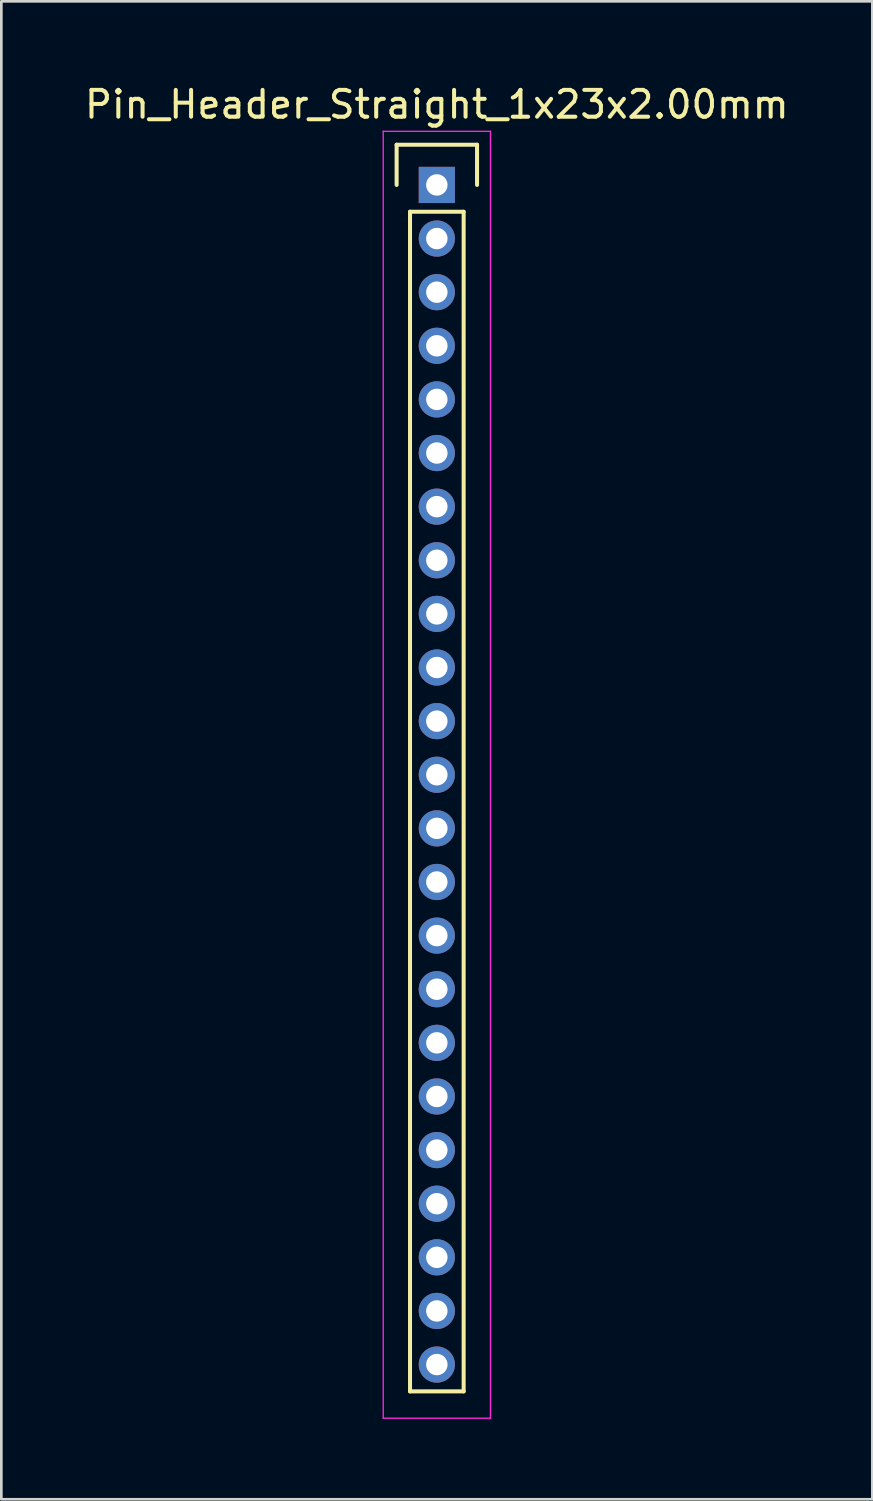
<source format=kicad_pcb>
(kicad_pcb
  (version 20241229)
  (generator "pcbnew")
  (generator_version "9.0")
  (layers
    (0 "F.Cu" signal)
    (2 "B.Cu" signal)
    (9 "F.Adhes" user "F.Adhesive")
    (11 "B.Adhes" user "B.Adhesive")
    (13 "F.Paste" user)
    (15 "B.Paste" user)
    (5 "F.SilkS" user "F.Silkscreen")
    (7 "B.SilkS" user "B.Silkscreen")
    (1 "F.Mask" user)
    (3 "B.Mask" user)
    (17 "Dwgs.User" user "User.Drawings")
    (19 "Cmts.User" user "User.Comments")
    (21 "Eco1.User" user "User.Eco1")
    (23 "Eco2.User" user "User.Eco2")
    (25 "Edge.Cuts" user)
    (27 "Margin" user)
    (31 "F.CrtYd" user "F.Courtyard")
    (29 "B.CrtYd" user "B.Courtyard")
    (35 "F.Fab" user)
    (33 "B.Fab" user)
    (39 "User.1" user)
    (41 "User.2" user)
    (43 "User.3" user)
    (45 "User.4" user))
  (footprint "Pin_Header_Straight_1x23x2.00mm"
    (layer "F.Cu")
    (at 13.244 3.848)
    (property "Reference" "Pin_Header_Straight_1x23x2.00mm" (at 0 -3 0) (layer "F.SilkS") (effects (font (size 1 1) (thickness 0.15))))
    (attr through_hole)
    (fp_line (start -1.5 -1.5) (end 1.5 -1.5) (stroke (width 0.15) (type solid)) (layer "F.SilkS"))
    (fp_line (start -1.5 0) (end -1.5 -1.5) (stroke (width 0.15) (type solid)) (layer "F.SilkS"))
    (fp_line (start -1 1) (end 1 1) (stroke (width 0.15) (type solid)) (layer "F.SilkS"))
    (fp_line (start -1 45) (end -1 1) (stroke (width 0.15) (type solid)) (layer "F.SilkS"))
    (fp_line (start 1 1) (end 1 45) (stroke (width 0.15) (type solid)) (layer "F.SilkS"))
    (fp_line (start 1 45) (end -1 45) (stroke (width 0.15) (type solid)) (layer "F.SilkS"))
    (fp_line (start 1.5 -1.5) (end 1.5 0) (stroke (width 0.15) (type solid)) (layer "F.SilkS"))
    (fp_line (start -2 -2) (end 2 -2) (stroke (width 0.05) (type solid)) (layer "F.CrtYd"))
    (fp_line (start -2 46) (end -2 -2) (stroke (width 0.05) (type solid)) (layer "F.CrtYd"))
    (fp_line (start 2 -2) (end 2 46) (stroke (width 0.05) (type solid)) (layer "F.CrtYd"))
    (fp_line (start 2 46) (end -2 46) (stroke (width 0.05) (type solid)) (layer "F.CrtYd"))
    (pad "1" thru_hole rect (at 0 0) (size 1.35 1.35) (drill 0.8) (layers "*.Cu" "*.Mask"))
    (pad "2" thru_hole circle (at 0 2) (size 1.35 1.35) (drill 0.8) (layers "*.Cu" "*.Mask"))
    (pad "3" thru_hole circle (at 0 4) (size 1.35 1.35) (drill 0.8) (layers "*.Cu" "*.Mask"))
    (pad "4" thru_hole circle (at 0 6) (size 1.35 1.35) (drill 0.8) (layers "*.Cu" "*.Mask"))
    (pad "5" thru_hole circle (at 0 8) (size 1.35 1.35) (drill 0.8) (layers "*.Cu" "*.Mask"))
    (pad "6" thru_hole circle (at 0 10) (size 1.35 1.35) (drill 0.8) (layers "*.Cu" "*.Mask"))
    (pad "7" thru_hole circle (at 0 12) (size 1.35 1.35) (drill 0.8) (layers "*.Cu" "*.Mask"))
    (pad "8" thru_hole circle (at 0 14) (size 1.35 1.35) (drill 0.8) (layers "*.Cu" "*.Mask"))
    (pad "9" thru_hole circle (at 0 16) (size 1.35 1.35) (drill 0.8) (layers "*.Cu" "*.Mask"))
    (pad "10" thru_hole circle (at 0 18) (size 1.35 1.35) (drill 0.8) (layers "*.Cu" "*.Mask"))
    (pad "11" thru_hole circle (at 0 20) (size 1.35 1.35) (drill 0.8) (layers "*.Cu" "*.Mask"))
    (pad "12" thru_hole circle (at 0 22) (size 1.35 1.35) (drill 0.8) (layers "*.Cu" "*.Mask"))
    (pad "13" thru_hole circle (at 0 24) (size 1.35 1.35) (drill 0.8) (layers "*.Cu" "*.Mask"))
    (pad "14" thru_hole circle (at 0 26) (size 1.35 1.35) (drill 0.8) (layers "*.Cu" "*.Mask"))
    (pad "15" thru_hole circle (at 0 28) (size 1.35 1.35) (drill 0.8) (layers "*.Cu" "*.Mask"))
    (pad "16" thru_hole circle (at 0 30) (size 1.35 1.35) (drill 0.8) (layers "*.Cu" "*.Mask"))
    (pad "17" thru_hole circle (at 0 32) (size 1.35 1.35) (drill 0.8) (layers "*.Cu" "*.Mask"))
    (pad "18" thru_hole circle (at 0 34) (size 1.35 1.35) (drill 0.8) (layers "*.Cu" "*.Mask"))
    (pad "19" thru_hole circle (at 0 36) (size 1.35 1.35) (drill 0.8) (layers "*.Cu" "*.Mask"))
    (pad "20" thru_hole circle (at 0 38) (size 1.35 1.35) (drill 0.8) (layers "*.Cu" "*.Mask"))
    (pad "21" thru_hole circle (at 0 40) (size 1.35 1.35) (drill 0.8) (layers "*.Cu" "*.Mask"))
    (pad "22" thru_hole circle (at 0 42) (size 1.35 1.35) (drill 0.8) (layers "*.Cu" "*.Mask"))
    (pad "23" thru_hole circle (at 0 44) (size 1.35 1.35) (drill 0.8) (layers "*.Cu" "*.Mask")))
  (gr_rect
    (start -3 -3)
    (end 29.488 52.873)
    (stroke (width 0.1) (type default))
    (fill no)
    (layer "Edge.Cuts")))
</source>
